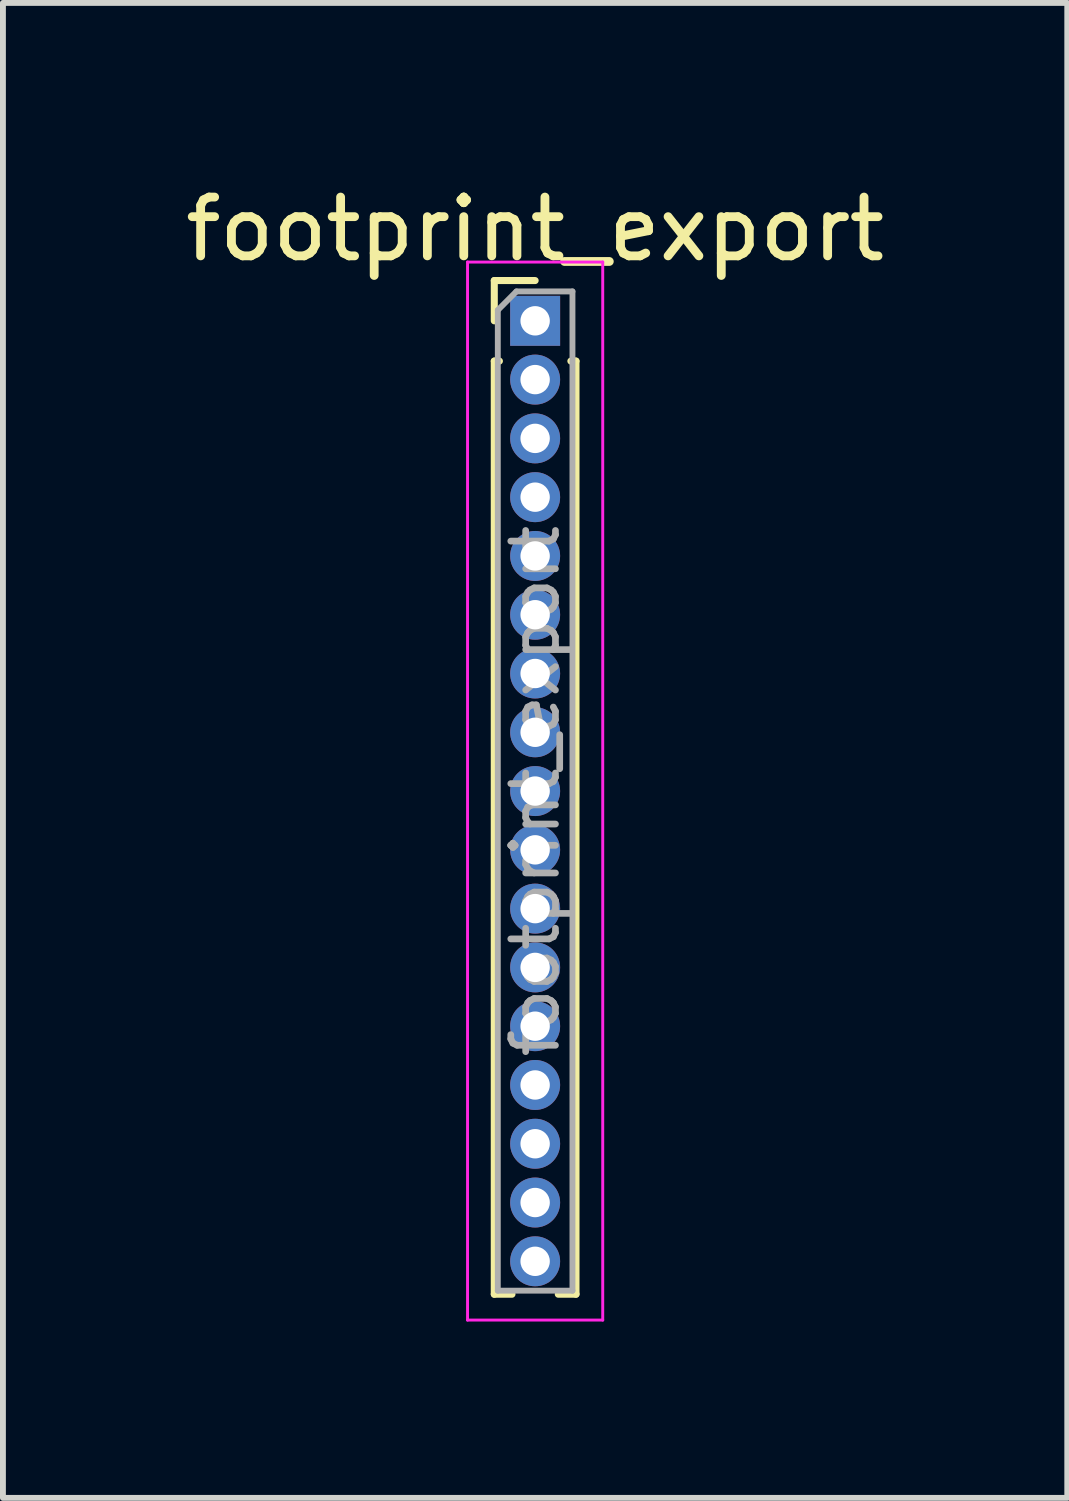
<source format=kicad_pcb>
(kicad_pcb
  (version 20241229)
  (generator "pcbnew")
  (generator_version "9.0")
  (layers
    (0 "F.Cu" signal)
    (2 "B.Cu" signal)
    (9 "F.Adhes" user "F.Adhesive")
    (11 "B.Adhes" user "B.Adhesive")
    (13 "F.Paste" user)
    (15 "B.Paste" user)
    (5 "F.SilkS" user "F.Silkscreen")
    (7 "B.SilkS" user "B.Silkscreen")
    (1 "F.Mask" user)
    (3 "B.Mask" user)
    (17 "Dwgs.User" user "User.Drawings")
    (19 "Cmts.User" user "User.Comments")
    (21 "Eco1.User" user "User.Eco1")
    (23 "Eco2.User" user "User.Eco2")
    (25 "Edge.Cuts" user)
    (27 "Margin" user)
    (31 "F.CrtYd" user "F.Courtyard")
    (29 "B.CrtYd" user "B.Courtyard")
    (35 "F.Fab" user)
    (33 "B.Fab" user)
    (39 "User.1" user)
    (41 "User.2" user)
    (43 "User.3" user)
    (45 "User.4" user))
  (footprint "footprint_export"
    (layer "F.Cu")
    (at 6.054 2.408)
    (property "Reference" "footprint_export" (at 0 -1.56 0) (layer "F.SilkS") (effects (font (size 1 1) (thickness 0.15))))
    (attr through_hole)
    (fp_line (start -0.695 -0.685) (end 0 -0.685) (stroke (width 0.12) (type solid)) (layer "F.SilkS"))
    (fp_line (start -0.695 0) (end -0.695 -0.685) (stroke (width 0.12) (type solid)) (layer "F.SilkS"))
    (fp_line (start -0.695 0.685) (end -0.695 16.56) (stroke (width 0.12) (type solid)) (layer "F.SilkS"))
    (fp_line (start -0.695 0.685) (end -0.608 0.685) (stroke (width 0.12) (type solid)) (layer "F.SilkS"))
    (fp_line (start -0.695 16.56) (end -0.394 16.56) (stroke (width 0.12) (type solid)) (layer "F.SilkS"))
    (fp_line (start 0.394 16.56) (end 0.695 16.56) (stroke (width 0.12) (type solid)) (layer "F.SilkS"))
    (fp_line (start 0.608 0.685) (end 0.695 0.685) (stroke (width 0.12) (type solid)) (layer "F.SilkS"))
    (fp_line (start 0.695 0.685) (end 0.695 16.56) (stroke (width 0.12) (type solid)) (layer "F.SilkS"))
    (fp_line (start -1.15 -1) (end -1.15 17) (stroke (width 0.05) (type solid)) (layer "F.CrtYd"))
    (fp_line (start -1.15 17) (end 1.15 17) (stroke (width 0.05) (type solid)) (layer "F.CrtYd"))
    (fp_line (start 1.15 -1) (end -1.15 -1) (stroke (width 0.05) (type solid)) (layer "F.CrtYd"))
    (fp_line (start 1.15 17) (end 1.15 -1) (stroke (width 0.05) (type solid)) (layer "F.CrtYd"))
    (fp_line (start -0.635 -0.182) (end -0.318 -0.5) (stroke (width 0.1) (type solid)) (layer "F.Fab"))
    (fp_line (start -0.635 16.5) (end -0.635 -0.182) (stroke (width 0.1) (type solid)) (layer "F.Fab"))
    (fp_line (start -0.318 -0.5) (end 0.635 -0.5) (stroke (width 0.1) (type solid)) (layer "F.Fab"))
    (fp_line (start 0.635 -0.5) (end 0.635 16.5) (stroke (width 0.1) (type solid)) (layer "F.Fab"))
    (fp_line (start 0.635 16.5) (end -0.635 16.5) (stroke (width 0.1) (type solid)) (layer "F.Fab"))
    (fp_text user "${REFERENCE}" (at 0 8 90) (layer "F.Fab") (effects (font (size 0.76 0.76) (thickness 0.114))))
    (pad "1" thru_hole rect (at 0 0) (size 0.85 0.85) (drill 0.5) (layers "*.Cu" "*.Mask"))
    (pad "2" thru_hole oval (at 0 1) (size 0.85 0.85) (drill 0.5) (layers "*.Cu" "*.Mask"))
    (pad "3" thru_hole oval (at 0 2) (size 0.85 0.85) (drill 0.5) (layers "*.Cu" "*.Mask"))
    (pad "4" thru_hole oval (at 0 3) (size 0.85 0.85) (drill 0.5) (layers "*.Cu" "*.Mask"))
    (pad "5" thru_hole oval (at 0 4) (size 0.85 0.85) (drill 0.5) (layers "*.Cu" "*.Mask"))
    (pad "6" thru_hole oval (at 0 5) (size 0.85 0.85) (drill 0.5) (layers "*.Cu" "*.Mask"))
    (pad "7" thru_hole oval (at 0 6) (size 0.85 0.85) (drill 0.5) (layers "*.Cu" "*.Mask"))
    (pad "8" thru_hole oval (at 0 7) (size 0.85 0.85) (drill 0.5) (layers "*.Cu" "*.Mask"))
    (pad "9" thru_hole oval (at 0 8) (size 0.85 0.85) (drill 0.5) (layers "*.Cu" "*.Mask"))
    (pad "10" thru_hole oval (at 0 9) (size 0.85 0.85) (drill 0.5) (layers "*.Cu" "*.Mask"))
    (pad "11" thru_hole oval (at 0 10) (size 0.85 0.85) (drill 0.5) (layers "*.Cu" "*.Mask"))
    (pad "12" thru_hole oval (at 0 11) (size 0.85 0.85) (drill 0.5) (layers "*.Cu" "*.Mask"))
    (pad "13" thru_hole oval (at 0 12) (size 0.85 0.85) (drill 0.5) (layers "*.Cu" "*.Mask"))
    (pad "14" thru_hole oval (at 0 13) (size 0.85 0.85) (drill 0.5) (layers "*.Cu" "*.Mask"))
    (pad "15" thru_hole oval (at 0 14) (size 0.85 0.85) (drill 0.5) (layers "*.Cu" "*.Mask"))
    (pad "16" thru_hole oval (at 0 15) (size 0.85 0.85) (drill 0.5) (layers "*.Cu" "*.Mask"))
    (pad "17" thru_hole oval (at 0 16) (size 0.85 0.85) (drill 0.5) (layers "*.Cu" "*.Mask")))
  (gr_rect
    (start -3 -3)
    (end 15.107 22.433)
    (stroke (width 0.1) (type default))
    (fill no)
    (layer "Edge.Cuts")))
</source>
